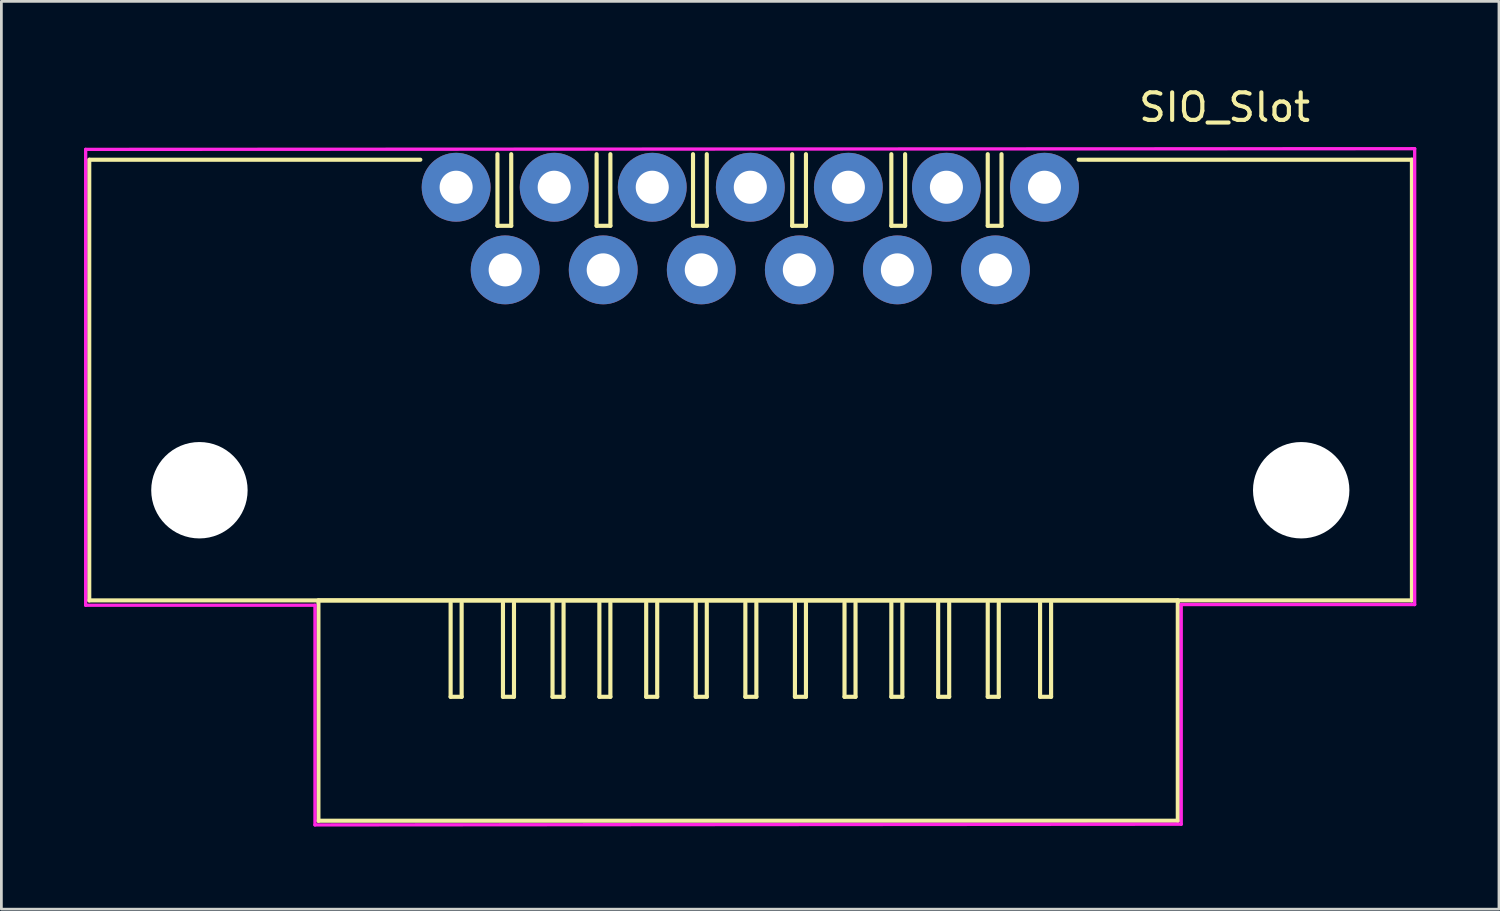
<source format=kicad_pcb>
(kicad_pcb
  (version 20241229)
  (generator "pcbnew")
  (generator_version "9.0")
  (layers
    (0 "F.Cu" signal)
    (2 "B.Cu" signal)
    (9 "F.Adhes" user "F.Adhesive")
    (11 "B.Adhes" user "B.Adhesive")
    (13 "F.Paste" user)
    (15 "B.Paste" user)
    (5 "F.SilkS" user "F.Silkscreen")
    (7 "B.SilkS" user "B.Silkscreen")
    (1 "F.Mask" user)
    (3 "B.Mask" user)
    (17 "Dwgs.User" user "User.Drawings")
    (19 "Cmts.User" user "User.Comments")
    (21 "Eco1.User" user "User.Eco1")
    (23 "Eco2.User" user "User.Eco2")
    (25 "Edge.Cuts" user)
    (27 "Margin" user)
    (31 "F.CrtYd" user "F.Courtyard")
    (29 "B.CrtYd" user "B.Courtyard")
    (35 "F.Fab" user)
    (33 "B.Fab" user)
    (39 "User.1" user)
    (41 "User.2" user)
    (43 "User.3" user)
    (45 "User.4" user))
  (footprint "SIO_Slot"
    (layer "F.Cu")
    (at 13.51 3.748)
    (property "Reference" "SIO_Slot" (at 27.9 -2.9 0) (layer "F.SilkS") (effects (font (size 1 1) (thickness 0.15))))
    (attr through_hole)
    (fp_line (start -13.32 15) (end -13.32 -1) (stroke (width 0.15) (type solid)) (layer "F.SilkS"))
    (fp_line (start -13.3 -1) (end -1.3 -1) (stroke (width 0.15) (type solid)) (layer "F.SilkS"))
    (fp_line (start -5 15) (end -5 23) (stroke (width 0.15) (type solid)) (layer "F.SilkS"))
    (fp_line (start -5 23) (end 26.2 23) (stroke (width 0.15) (type solid)) (layer "F.SilkS"))
    (fp_line (start -0.2 15.1) (end -0.2 18.5) (stroke (width 0.15) (type solid)) (layer "F.SilkS"))
    (fp_line (start -0.2 18.5) (end 0.2 18.5) (stroke (width 0.15) (type solid)) (layer "F.SilkS"))
    (fp_line (start 0.2 18.5) (end 0.2 15.1) (stroke (width 0.15) (type solid)) (layer "F.SilkS"))
    (fp_line (start 1.5 -1.2) (end 1.5 1.4) (stroke (width 0.15) (type solid)) (layer "F.SilkS"))
    (fp_line (start 1.5 1.4) (end 2 1.4) (stroke (width 0.15) (type solid)) (layer "F.SilkS"))
    (fp_line (start 1.7 15.1) (end 1.7 18.5) (stroke (width 0.15) (type solid)) (layer "F.SilkS"))
    (fp_line (start 1.7 18.5) (end 2.1 18.5) (stroke (width 0.15) (type solid)) (layer "F.SilkS"))
    (fp_line (start 2 1.4) (end 2 -1.2) (stroke (width 0.15) (type solid)) (layer "F.SilkS"))
    (fp_line (start 2.1 18.5) (end 2.1 15.1) (stroke (width 0.15) (type solid)) (layer "F.SilkS"))
    (fp_line (start 3.5 15.1) (end 3.5 18.5) (stroke (width 0.15) (type solid)) (layer "F.SilkS"))
    (fp_line (start 3.5 18.5) (end 3.9 18.5) (stroke (width 0.15) (type solid)) (layer "F.SilkS"))
    (fp_line (start 3.9 18.5) (end 3.9 15.1) (stroke (width 0.15) (type solid)) (layer "F.SilkS"))
    (fp_line (start 5.1 -1.2) (end 5.1 1.4) (stroke (width 0.15) (type solid)) (layer "F.SilkS"))
    (fp_line (start 5.1 1.4) (end 5.6 1.4) (stroke (width 0.15) (type solid)) (layer "F.SilkS"))
    (fp_line (start 5.2 15.1) (end 5.2 18.5) (stroke (width 0.15) (type solid)) (layer "F.SilkS"))
    (fp_line (start 5.2 18.5) (end 5.6 18.5) (stroke (width 0.15) (type solid)) (layer "F.SilkS"))
    (fp_line (start 5.6 1.4) (end 5.6 -1.2) (stroke (width 0.15) (type solid)) (layer "F.SilkS"))
    (fp_line (start 5.6 18.5) (end 5.6 15.1) (stroke (width 0.15) (type solid)) (layer "F.SilkS"))
    (fp_line (start 6.9 15.1) (end 6.9 18.5) (stroke (width 0.15) (type solid)) (layer "F.SilkS"))
    (fp_line (start 6.9 18.5) (end 7.3 18.5) (stroke (width 0.15) (type solid)) (layer "F.SilkS"))
    (fp_line (start 7.3 18.5) (end 7.3 15.1) (stroke (width 0.15) (type solid)) (layer "F.SilkS"))
    (fp_line (start 8.6 -1.2) (end 8.6 1.4) (stroke (width 0.15) (type solid)) (layer "F.SilkS"))
    (fp_line (start 8.6 1.4) (end 9.1 1.4) (stroke (width 0.15) (type solid)) (layer "F.SilkS"))
    (fp_line (start 8.7 15.1) (end 8.7 18.5) (stroke (width 0.15) (type solid)) (layer "F.SilkS"))
    (fp_line (start 8.7 18.5) (end 9.1 18.5) (stroke (width 0.15) (type solid)) (layer "F.SilkS"))
    (fp_line (start 9.1 1.4) (end 9.1 -1.2) (stroke (width 0.15) (type solid)) (layer "F.SilkS"))
    (fp_line (start 9.1 18.5) (end 9.1 15.1) (stroke (width 0.15) (type solid)) (layer "F.SilkS"))
    (fp_line (start 10.5 15.1) (end 10.5 18.5) (stroke (width 0.15) (type solid)) (layer "F.SilkS"))
    (fp_line (start 10.5 18.5) (end 10.9 18.5) (stroke (width 0.15) (type solid)) (layer "F.SilkS"))
    (fp_line (start 10.9 18.5) (end 10.9 15.1) (stroke (width 0.15) (type solid)) (layer "F.SilkS"))
    (fp_line (start 12.2 -1.2) (end 12.2 1.4) (stroke (width 0.15) (type solid)) (layer "F.SilkS"))
    (fp_line (start 12.2 1.4) (end 12.7 1.4) (stroke (width 0.15) (type solid)) (layer "F.SilkS"))
    (fp_line (start 12.3 15.1) (end 12.3 18.5) (stroke (width 0.15) (type solid)) (layer "F.SilkS"))
    (fp_line (start 12.3 18.5) (end 12.7 18.5) (stroke (width 0.15) (type solid)) (layer "F.SilkS"))
    (fp_line (start 12.7 1.4) (end 12.7 -1.2) (stroke (width 0.15) (type solid)) (layer "F.SilkS"))
    (fp_line (start 12.7 18.5) (end 12.7 15.1) (stroke (width 0.15) (type solid)) (layer "F.SilkS"))
    (fp_line (start 14.1 15.1) (end 14.1 18.5) (stroke (width 0.15) (type solid)) (layer "F.SilkS"))
    (fp_line (start 14.1 18.5) (end 14.5 18.5) (stroke (width 0.15) (type solid)) (layer "F.SilkS"))
    (fp_line (start 14.5 18.5) (end 14.5 15.1) (stroke (width 0.15) (type solid)) (layer "F.SilkS"))
    (fp_line (start 15.8 -1.2) (end 15.8 1.4) (stroke (width 0.15) (type solid)) (layer "F.SilkS"))
    (fp_line (start 15.8 1.4) (end 16.3 1.4) (stroke (width 0.15) (type solid)) (layer "F.SilkS"))
    (fp_line (start 15.8 15.1) (end 15.8 18.5) (stroke (width 0.15) (type solid)) (layer "F.SilkS"))
    (fp_line (start 15.8 18.5) (end 16.2 18.5) (stroke (width 0.15) (type solid)) (layer "F.SilkS"))
    (fp_line (start 16.2 18.5) (end 16.2 15.1) (stroke (width 0.15) (type solid)) (layer "F.SilkS"))
    (fp_line (start 16.3 1.4) (end 16.3 -1.2) (stroke (width 0.15) (type solid)) (layer "F.SilkS"))
    (fp_line (start 17.5 15.1) (end 17.5 18.5) (stroke (width 0.15) (type solid)) (layer "F.SilkS"))
    (fp_line (start 17.5 18.5) (end 17.9 18.5) (stroke (width 0.15) (type solid)) (layer "F.SilkS"))
    (fp_line (start 17.9 18.5) (end 17.9 15.1) (stroke (width 0.15) (type solid)) (layer "F.SilkS"))
    (fp_line (start 19.3 -1.2) (end 19.3 1.4) (stroke (width 0.15) (type solid)) (layer "F.SilkS"))
    (fp_line (start 19.3 1.4) (end 19.8 1.4) (stroke (width 0.15) (type solid)) (layer "F.SilkS"))
    (fp_line (start 19.3 15.1) (end 19.3 18.5) (stroke (width 0.15) (type solid)) (layer "F.SilkS"))
    (fp_line (start 19.3 18.5) (end 19.7 18.5) (stroke (width 0.15) (type solid)) (layer "F.SilkS"))
    (fp_line (start 19.7 18.5) (end 19.7 15.1) (stroke (width 0.15) (type solid)) (layer "F.SilkS"))
    (fp_line (start 19.8 1.4) (end 19.8 -1.2) (stroke (width 0.15) (type solid)) (layer "F.SilkS"))
    (fp_line (start 21.2 15.1) (end 21.2 18.5) (stroke (width 0.15) (type solid)) (layer "F.SilkS"))
    (fp_line (start 21.2 18.5) (end 21.6 18.5) (stroke (width 0.15) (type solid)) (layer "F.SilkS"))
    (fp_line (start 21.6 18.5) (end 21.6 15.1) (stroke (width 0.15) (type solid)) (layer "F.SilkS"))
    (fp_line (start 26.2 15) (end -5 15) (stroke (width 0.15) (type solid)) (layer "F.SilkS"))
    (fp_line (start 26.2 23) (end 26.2 15) (stroke (width 0.15) (type solid)) (layer "F.SilkS"))
    (fp_line (start 34.68 15) (end -13.32 15) (stroke (width 0.15) (type solid)) (layer "F.SilkS"))
    (fp_line (start 34.7 -1) (end 22.6 -1) (stroke (width 0.15) (type solid)) (layer "F.SilkS"))
    (fp_line (start 34.7 -1) (end 34.7 15) (stroke (width 0.15) (type solid)) (layer "F.SilkS"))
    (fp_line (start -13.45 -1.375) (end -13.45 15.175) (stroke (width 0.12) (type solid)) (layer "F.CrtYd"))
    (fp_line (start -13.45 -1.375) (end 34.8 -1.4) (stroke (width 0.12) (type solid)) (layer "F.CrtYd"))
    (fp_line (start -13.45 15.175) (end -5.125 15.175) (stroke (width 0.12) (type solid)) (layer "F.CrtYd"))
    (fp_line (start -5.125 15.175) (end -5.125 23.15) (stroke (width 0.12) (type solid)) (layer "F.CrtYd"))
    (fp_line (start -5.125 23.15) (end 26.325 23.125) (stroke (width 0.12) (type solid)) (layer "F.CrtYd"))
    (fp_line (start 26.325 15.15) (end 26.325 23.125) (stroke (width 0.12) (type solid)) (layer "F.CrtYd"))
    (fp_line (start 34.8 -1.4) (end 34.8 15.15) (stroke (width 0.12) (type solid)) (layer "F.CrtYd"))
    (fp_line (start 34.8 15.15) (end 26.325 15.15) (stroke (width 0.12) (type solid)) (layer "F.CrtYd"))
    (pad "" np_thru_hole circle (at -9.32 11) (size 3.5 3.5) (drill 3.5) (layers "*.Cu" "*.Mask"))
    (pad "" np_thru_hole circle (at 30.68 11) (size 3.5 3.5) (drill 3.5) (layers "*.Cu" "*.Mask"))
    (pad "1" thru_hole circle (at 0 0) (size 2.5 2.5) (drill 1.2) (layers "*.Cu" "*.Mask"))
    (pad "2" thru_hole circle (at 1.78 3) (size 2.5 2.5) (drill 1.2) (layers "*.Cu" "*.Mask"))
    (pad "3" thru_hole circle (at 3.56 0) (size 2.5 2.5) (drill 1.2) (layers "*.Cu" "*.Mask"))
    (pad "4" thru_hole circle (at 5.34 3) (size 2.5 2.5) (drill 1.2) (layers "*.Cu" "*.Mask"))
    (pad "5" thru_hole circle (at 7.12 0) (size 2.5 2.5) (drill 1.2) (layers "*.Cu" "*.Mask"))
    (pad "6" thru_hole circle (at 8.9 3) (size 2.5 2.5) (drill 1.2) (layers "*.Cu" "*.Mask"))
    (pad "7" thru_hole circle (at 10.68 0) (size 2.5 2.5) (drill 1.2) (layers "*.Cu" "*.Mask"))
    (pad "8" thru_hole circle (at 12.46 3) (size 2.5 2.5) (drill 1.2) (layers "*.Cu" "*.Mask"))
    (pad "9" thru_hole circle (at 14.24 0) (size 2.5 2.5) (drill 1.2) (layers "*.Cu" "*.Mask"))
    (pad "10" thru_hole circle (at 16.02 3) (size 2.5 2.5) (drill 1.2) (layers "*.Cu" "*.Mask"))
    (pad "11" thru_hole circle (at 17.8 0) (size 2.5 2.5) (drill 1.2) (layers "*.Cu" "*.Mask"))
    (pad "12" thru_hole circle (at 19.58 3) (size 2.5 2.5) (drill 1.2) (layers "*.Cu" "*.Mask"))
    (pad "13" thru_hole circle (at 21.36 0) (size 2.5 2.5) (drill 1.2) (layers "*.Cu" "*.Mask")))
  (gr_rect
    (start -3 -3)
    (end 51.37 29.958)
    (stroke (width 0.1) (type default))
    (fill no)
    (layer "Edge.Cuts")))
</source>
